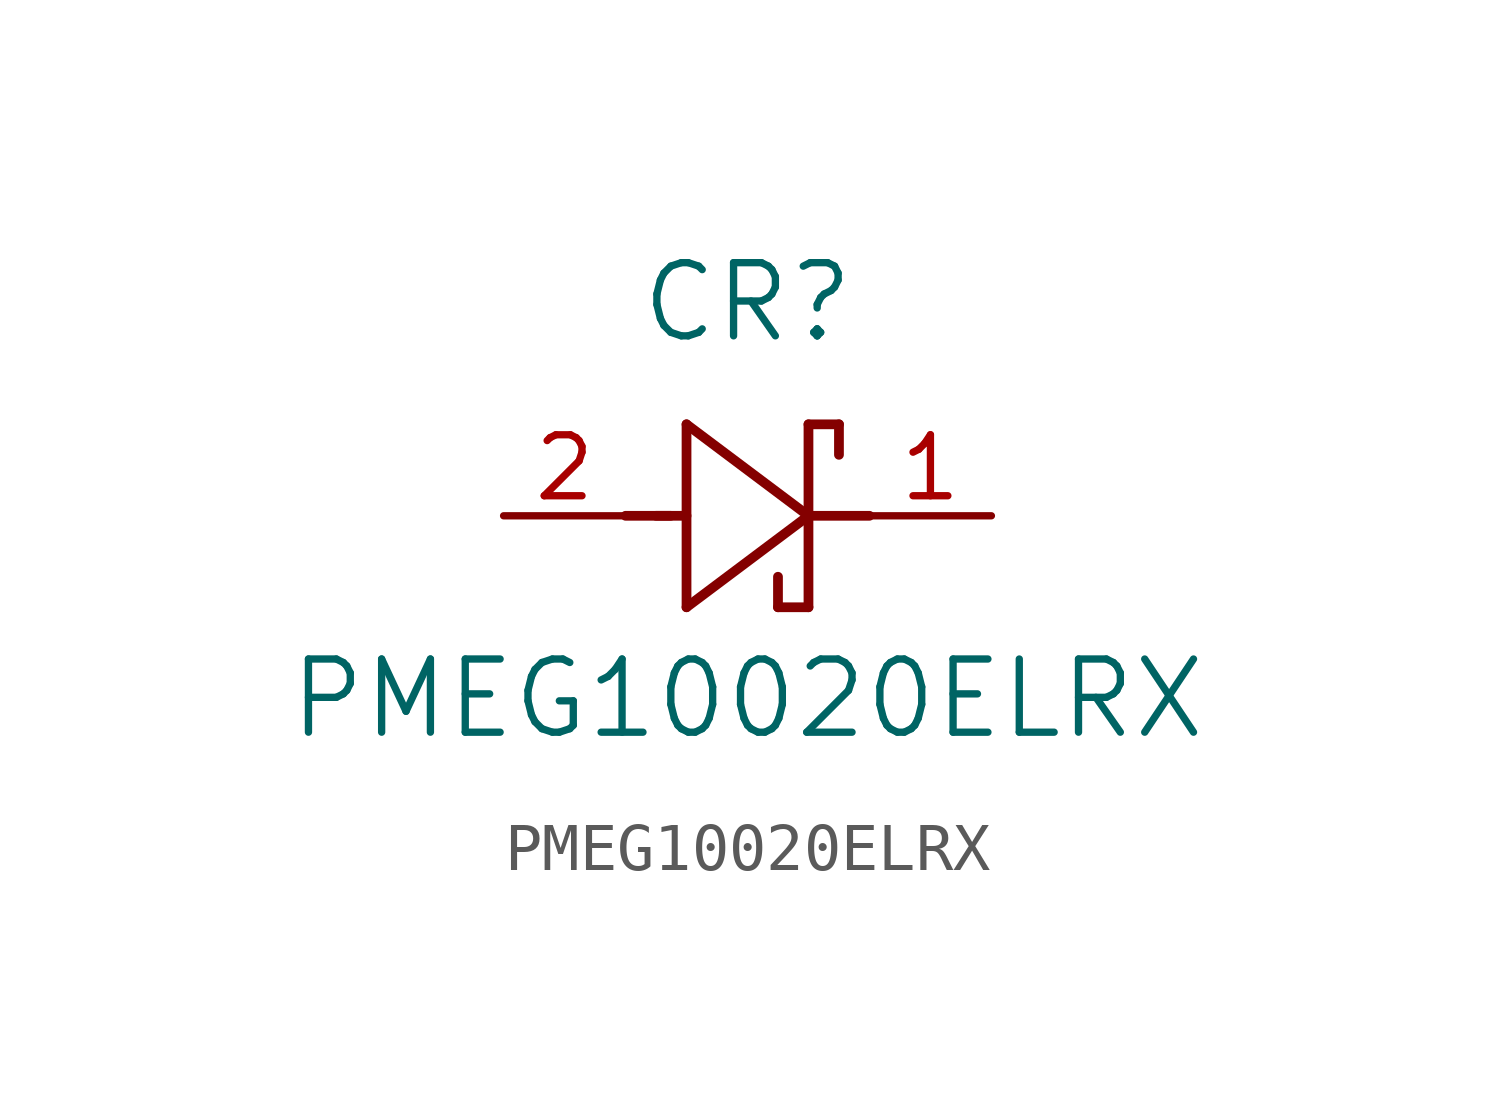
<source format=kicad_sym>
(kicad_symbol_lib
  (version 20211014)
  (generator kicad_symbol_editor)
  (symbol "PMEG10020ELRX"
    (pin_names
      (offset 0.254))
    (property "Reference" "CR"
      (at 5.08 4.445 0)
      (effects (font (size 1.524 1.524))))
    (property "Value" "PMEG10020ELRX"
      (at 5.08 -3.81 0)
      (effects (font (size 1.524 1.524))))
    (symbol "PMEG10020ELRX_0_1"
      (polyline (pts (xy 2.54 0) (xy 3.48 0)) (stroke (width 0.203) (type default) (color 0 0 0 0)) (fill (type none)))
      (polyline (pts (xy 3.175 0) (xy 3.81 0)) (stroke (width 0.203) (type default) (color 0 0 0 0)) (fill (type none)))
      (polyline (pts (xy 3.81 -1.905) (xy 6.35 0)) (stroke (width 0.203) (type default) (color 0 0 0 0)) (fill (type none)))
      (polyline (pts (xy 6.35 -1.905) (xy 5.715 -1.905)) (stroke (width 0.203) (type default) (color 0 0 0 0)) (fill (type none)))
      (polyline (pts (xy 6.35 1.905) (xy 6.985 1.905)) (stroke (width 0.203) (type default) (color 0 0 0 0)) (fill (type none)))
      (polyline (pts (xy 3.81 1.905) (xy 3.81 -1.905)) (stroke (width 0.203) (type default) (color 0 0 0 0)) (fill (type none)))
      (polyline (pts (xy 6.35 -1.905) (xy 6.35 1.905)) (stroke (width 0.203) (type default) (color 0 0 0 0)) (fill (type none)))
      (polyline (pts (xy 6.35 0) (xy 3.81 1.905)) (stroke (width 0.203) (type default) (color 0 0 0 0)) (fill (type none)))
      (polyline (pts (xy 6.35 0) (xy 7.62 0)) (stroke (width 0.203) (type default) (color 0 0 0 0)) (fill (type none)))
      (polyline (pts (xy 6.985 1.905) (xy 6.985 1.27)) (stroke (width 0.203) (type default) (color 0 0 0 0)) (fill (type none)))
      (polyline (pts (xy 5.715 -1.905) (xy 5.715 -1.27)) (stroke (width 0.203) (type default) (color 0 0 0 0)) (fill (type none)))
      (pin unspecified line (at 0 0 0) (length 2.54) (name "" (effects (font (size 1.27 1.27)))) (number "2" (effects (font (size 1.27 1.27)))))
      (pin unspecified line (at 10.16 0 180) (length 2.54) (name "" (effects (font (size 1.27 1.27)))) (number "1" (effects (font (size 1.27 1.27))))))))
</source>
